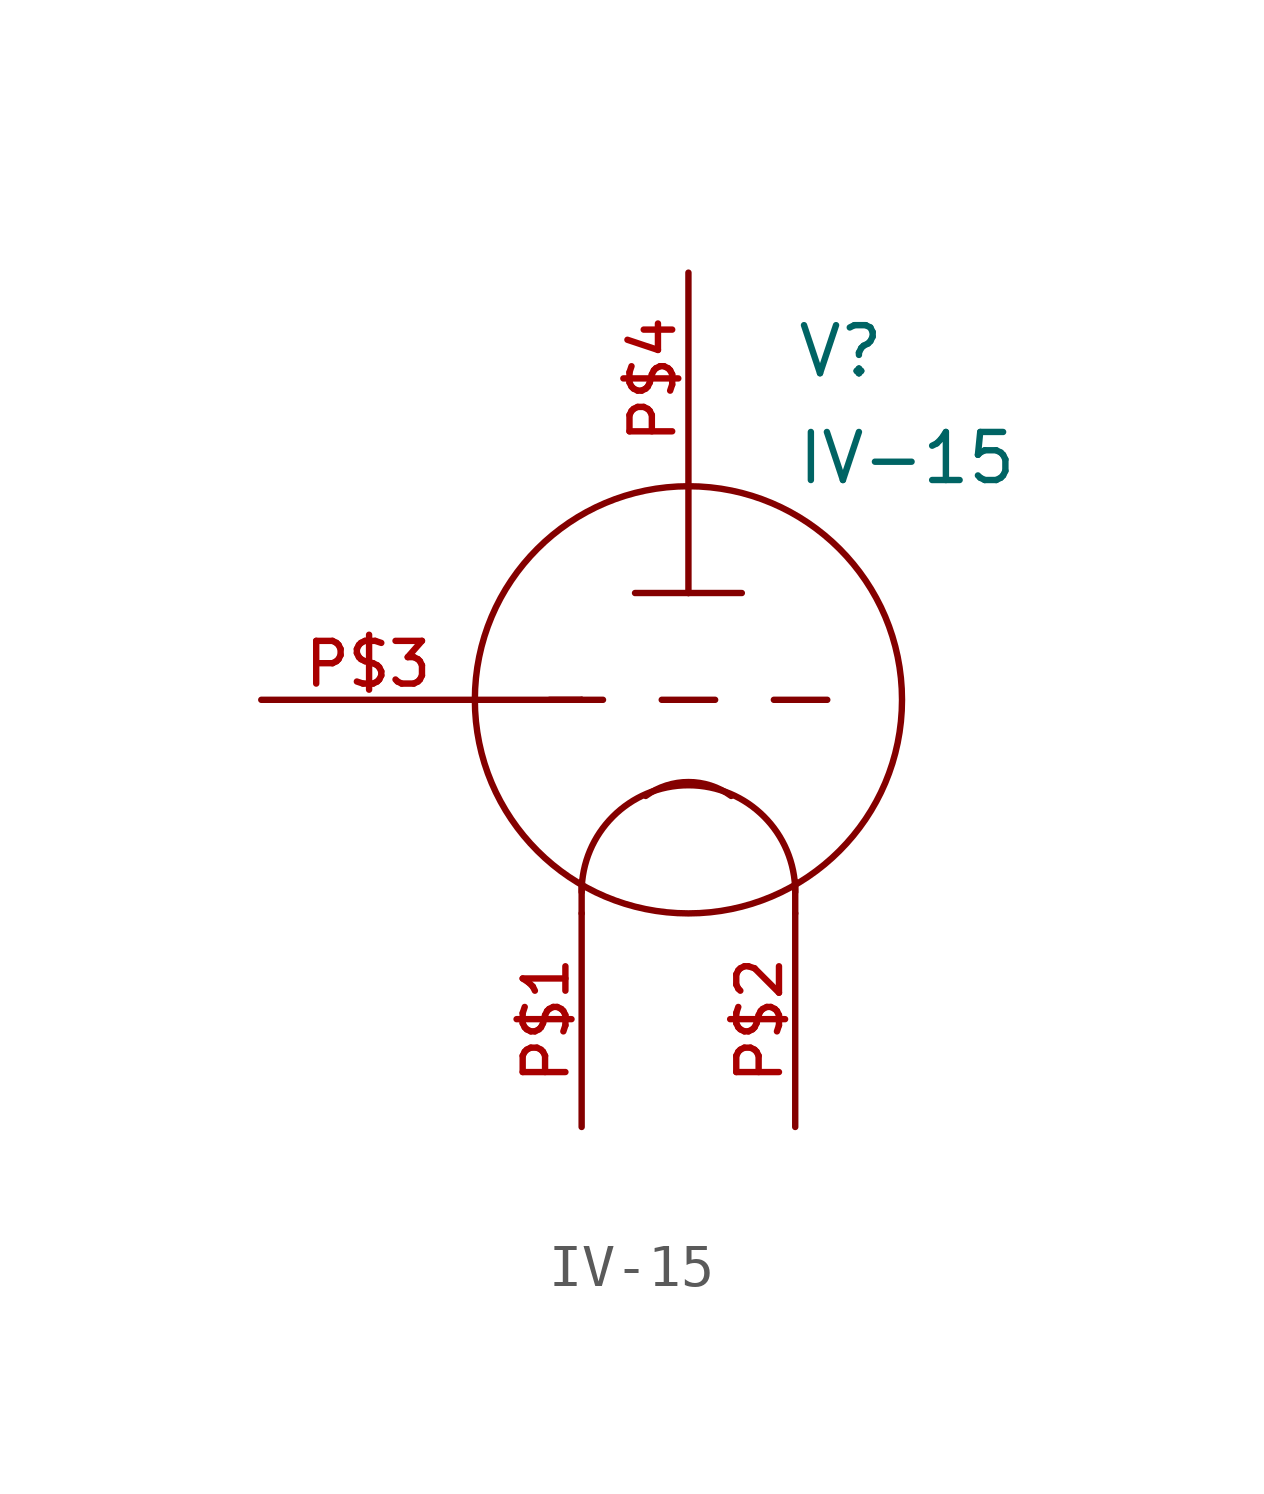
<source format=kicad_sym>
(kicad_symbol_lib
  (version 20220914)
  (generator kicad_symbol_editor)
  (symbol "IV-15"
    (pin_names
      (offset 1.016) hide)
    (property "Reference" "V"
      (at 2.54 7.62 0)
      (effects (font (size 1.143 1.143)) (justify left bottom)))
    (property "Value" "IV-15"
      (at 2.54 5.08 0)
      (effects (font (size 1.143 1.143)) (justify left bottom)))
    (property "ki_locked" ""
      (at 0 0 0)
      (effects (font (size 1.27 1.27))))
    (symbol "IV-15_1_0"
      (polyline (pts (xy -5.08 0) (xy -2.54 0)) (stroke (width 0) (type solid)) (fill (type none)))
      (polyline (pts (xy -3.302 0) (xy -2.54 0)) (stroke (width 0) (type solid)) (fill (type none)))
      (polyline (pts (xy -2.54 -5.08) (xy -2.54 -4.318)) (stroke (width 0) (type solid)) (fill (type none)))
      (polyline (pts (xy -2.54 0) (xy -2.032 0)) (stroke (width 0) (type solid)) (fill (type none)))
      (polyline (pts (xy -1.27 2.54) (xy 0 2.54)) (stroke (width 0) (type solid)) (fill (type none)))
      (polyline (pts (xy -0.635 0) (xy 0.635 0)) (stroke (width 0) (type solid)) (fill (type none)))
      (polyline (pts (xy 0 2.54) (xy 1.27 2.54)) (stroke (width 0) (type solid)) (fill (type none)))
      (polyline (pts (xy 0 5.08) (xy 0 2.54)) (stroke (width 0) (type solid)) (fill (type none)))
      (polyline (pts (xy 2.032 0) (xy 3.302 0)) (stroke (width 0) (type solid)) (fill (type none)))
      (polyline (pts (xy 2.54 -5.08) (xy 2.54 -4.318)) (stroke (width 0) (type solid)) (fill (type none))))
    (symbol "IV-15_1_1"
      (circle (center 0 0) (radius 5.08) (stroke (width 0) (type solid)) (fill (type none)))
      (arc (start 1.016 -2.286) (mid 0 -1.9556) (end -1.016 -2.286) (stroke (width 0) (type solid)) (fill (type none)))
      (arc (start 2.54 -4.572) (mid 0 -2.043) (end -2.54 -4.572) (stroke (width 0) (type solid)) (fill (type none)))
      (pin passive line (at -2.54 -10.16 90) (length 5.08) (name "K/H1" (effects (font (size 1.016 1.016)))) (number "P$1" (effects (font (size 1.016 1.016)))))
      (pin passive line (at 2.54 -10.16 90) (length 5.08) (name "K/H2" (effects (font (size 1.016 1.016)))) (number "P$2" (effects (font (size 1.016 1.016)))))
      (pin passive line (at -10.16 0 0) (length 5.08) (name "G" (effects (font (size 1.016 1.016)))) (number "P$3" (effects (font (size 1.016 1.016)))))
      (pin passive line (at 0 10.16 270) (length 5.08) (name "A" (effects (font (size 1.016 1.016)))) (number "P$4" (effects (font (size 1.016 1.016))))))))
</source>
